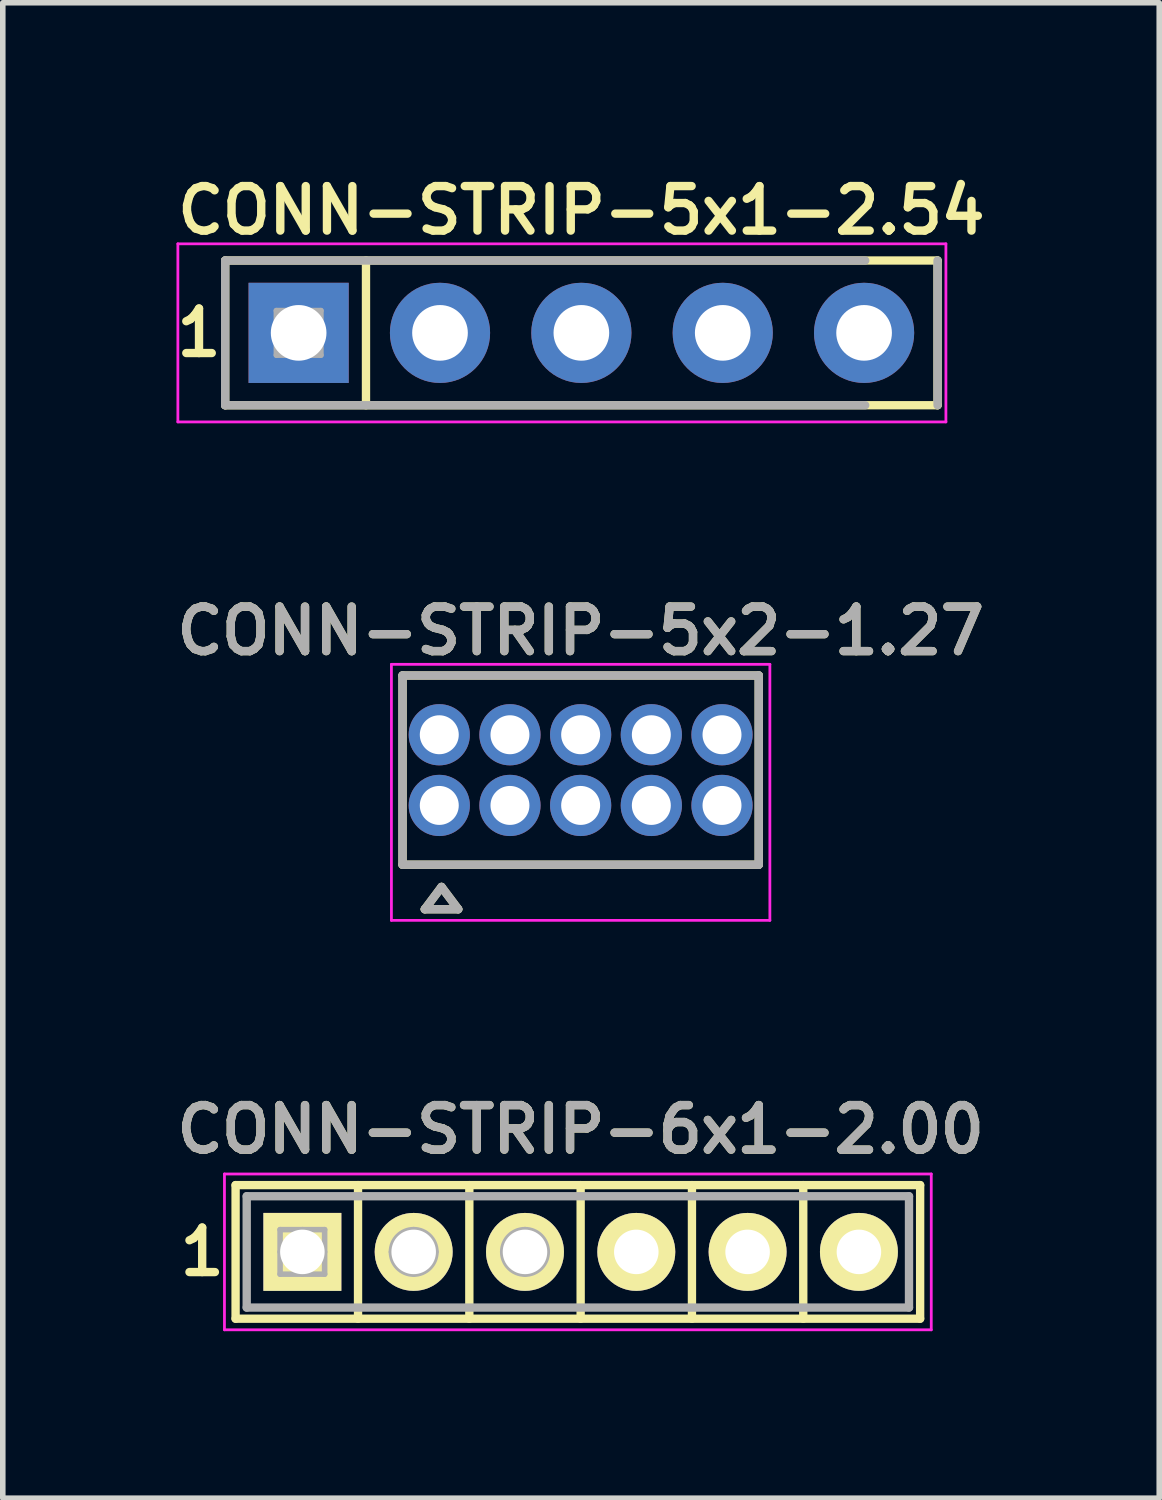
<source format=kicad_pcb>
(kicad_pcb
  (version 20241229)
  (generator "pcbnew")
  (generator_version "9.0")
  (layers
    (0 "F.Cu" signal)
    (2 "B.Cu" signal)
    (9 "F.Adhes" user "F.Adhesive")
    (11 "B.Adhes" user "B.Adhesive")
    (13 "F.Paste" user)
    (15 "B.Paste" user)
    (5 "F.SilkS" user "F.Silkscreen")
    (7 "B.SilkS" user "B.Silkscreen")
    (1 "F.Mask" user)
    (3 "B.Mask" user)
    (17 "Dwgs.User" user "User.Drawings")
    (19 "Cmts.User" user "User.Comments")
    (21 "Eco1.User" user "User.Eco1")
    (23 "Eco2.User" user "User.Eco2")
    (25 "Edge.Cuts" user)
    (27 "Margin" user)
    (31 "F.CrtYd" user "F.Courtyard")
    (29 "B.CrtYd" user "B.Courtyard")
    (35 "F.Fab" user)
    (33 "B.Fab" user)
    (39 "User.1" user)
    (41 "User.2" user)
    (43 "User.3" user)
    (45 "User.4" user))
  (footprint "CONN-STRIP-5x2-1.27"
    (layer "F.Cu")
    (at 7.383 10.787)
    (property "Reference" "CONN-STRIP-5x2-1.27" (at 0 -2.5 0) (layer "F.SilkS") (effects (font (size 0.8 0.8) (thickness 0.15))))
    (attr through_hole)
    (fp_line (start -3.2 -1.7) (end 3.2 -1.7) (stroke (width 0.15) (type solid)) (layer "F.SilkS"))
    (fp_line (start -3.2 1.7) (end -3.2 -1.7) (stroke (width 0.15) (type solid)) (layer "F.SilkS"))
    (fp_line (start -2.8 2.5) (end -2.2 2.5) (stroke (width 0.15) (type solid)) (layer "F.SilkS"))
    (fp_line (start -2.5 2.1) (end -2.8 2.5) (stroke (width 0.15) (type solid)) (layer "F.SilkS"))
    (fp_line (start -2.2 2.5) (end -2.5 2.1) (stroke (width 0.15) (type solid)) (layer "F.SilkS"))
    (fp_line (start 3.2 -1.7) (end 3.2 1.7) (stroke (width 0.15) (type solid)) (layer "F.SilkS"))
    (fp_line (start 3.2 1.7) (end -3.2 1.7) (stroke (width 0.15) (type solid)) (layer "F.SilkS"))
    (fp_line (start -3.4 -1.9) (end -3.4 2.7) (stroke (width 0.05) (type solid)) (layer "F.CrtYd"))
    (fp_line (start -3.4 2.7) (end 3.4 2.7) (stroke (width 0.05) (type solid)) (layer "F.CrtYd"))
    (fp_line (start 3.4 -1.9) (end -3.4 -1.9) (stroke (width 0.05) (type solid)) (layer "F.CrtYd"))
    (fp_line (start 3.4 2.7) (end 3.4 -1.9) (stroke (width 0.05) (type solid)) (layer "F.CrtYd"))
    (fp_line (start -3.2 -1.7) (end 3.2 -1.7) (stroke (width 0.15) (type solid)) (layer "F.Fab"))
    (fp_line (start -3.2 1.7) (end -3.2 -1.7) (stroke (width 0.15) (type solid)) (layer "F.Fab"))
    (fp_line (start -2.8 2.5) (end -2.2 2.5) (stroke (width 0.15) (type solid)) (layer "F.Fab"))
    (fp_line (start -2.5 2.1) (end -2.8 2.5) (stroke (width 0.15) (type solid)) (layer "F.Fab"))
    (fp_line (start -2.2 2.5) (end -2.5 2.1) (stroke (width 0.15) (type solid)) (layer "F.Fab"))
    (fp_line (start 3.2 -1.7) (end 3.2 1.7) (stroke (width 0.15) (type solid)) (layer "F.Fab"))
    (fp_line (start 3.2 1.7) (end -3.2 1.7) (stroke (width 0.15) (type solid)) (layer "F.Fab"))
    (fp_circle (center -2.53 -0.65) (end -2.33 -0.65) (stroke (width 0.1) (type solid)) (fill no) (layer "F.Fab"))
    (fp_circle (center -2.53 0.62) (end -2.33 0.62) (stroke (width 0.1) (type solid)) (fill no) (layer "F.Fab"))
    (fp_circle (center -1.26 -0.65) (end -1.06 -0.65) (stroke (width 0.1) (type solid)) (fill no) (layer "F.Fab"))
    (fp_circle (center -1.26 0.62) (end -1.06 0.62) (stroke (width 0.1) (type solid)) (fill no) (layer "F.Fab"))
    (fp_circle (center 0.01 -0.65) (end 0.21 -0.65) (stroke (width 0.1) (type solid)) (fill no) (layer "F.Fab"))
    (fp_circle (center 0.01 0.62) (end 0.21 0.62) (stroke (width 0.1) (type solid)) (fill no) (layer "F.Fab"))
    (fp_circle (center 1.28 -0.65) (end 1.48 -0.65) (stroke (width 0.1) (type solid)) (fill no) (layer "F.Fab"))
    (fp_circle (center 1.28 0.62) (end 1.48 0.62) (stroke (width 0.1) (type solid)) (fill no) (layer "F.Fab"))
    (fp_circle (center 2.55 -0.65) (end 2.75 -0.65) (stroke (width 0.1) (type solid)) (fill no) (layer "F.Fab"))
    (fp_circle (center 2.55 0.62) (end 2.75 0.62) (stroke (width 0.1) (type solid)) (fill no) (layer "F.Fab"))
    (fp_text user "${REFERENCE}" (at 0 -2.5 0) (layer "F.Fab") (effects (font (size 0.8 0.8) (thickness 0.15))))
    (pad "1" thru_hole circle (at -2.54 0.635) (size 1.1 1.1) (drill 0.7) (layers "*.Cu" "*.Mask"))
    (pad "2" thru_hole circle (at -2.54 -0.635) (size 1.1 1.1) (drill 0.7) (layers "*.Cu" "*.Mask"))
    (pad "3" thru_hole circle (at -1.27 0.635) (size 1.1 1.1) (drill 0.7) (layers "*.Cu" "*.Mask"))
    (pad "4" thru_hole circle (at -1.27 -0.635) (size 1.1 1.1) (drill 0.7) (layers "*.Cu" "*.Mask"))
    (pad "5" thru_hole circle (at 0 0.635) (size 1.1 1.1) (drill 0.7) (layers "*.Cu" "*.Mask"))
    (pad "6" thru_hole circle (at 0 -0.635) (size 1.1 1.1) (drill 0.7) (layers "*.Cu" "*.Mask"))
    (pad "7" thru_hole circle (at 1.27 0.635) (size 1.1 1.1) (drill 0.7) (layers "*.Cu" "*.Mask"))
    (pad "8" thru_hole circle (at 1.27 -0.635) (size 1.1 1.1) (drill 0.7) (layers "*.Cu" "*.Mask"))
    (pad "9" thru_hole circle (at 2.54 0.635) (size 1.1 1.1) (drill 0.7) (layers "*.Cu" "*.Mask"))
    (pad "10" thru_hole circle (at 2.54 -0.635) (size 1.1 1.1) (drill 0.7) (layers "*.Cu" "*.Mask")))
  (footprint "CONN-STRIP-6x1-2.00"
    (layer "F.Cu")
    (at 7.383 19.444)
    (property "Reference" "CONN-STRIP-6x1-2.00" (at 0 -2.2 0) (layer "F.SilkS") (effects (font (size 0.8 0.8) (thickness 0.15))))
    (attr through_hole)
    (fp_line (start -6.2 -1.2) (end 6.1 -1.2) (stroke (width 0.15) (type solid)) (layer "F.SilkS"))
    (fp_line (start -6.2 1.2) (end -6.2 -1.2) (stroke (width 0.15) (type solid)) (layer "F.SilkS"))
    (fp_line (start -4 -1.2) (end -4 1.2) (stroke (width 0.15) (type solid)) (layer "F.SilkS"))
    (fp_line (start -2 -1.2) (end -2 1.2) (stroke (width 0.15) (type solid)) (layer "F.SilkS"))
    (fp_line (start 0 -1.2) (end 0 1.2) (stroke (width 0.15) (type solid)) (layer "F.SilkS"))
    (fp_line (start 2 -1.2) (end 2 1.2) (stroke (width 0.15) (type solid)) (layer "F.SilkS"))
    (fp_line (start 4 -1.2) (end 4 1.2) (stroke (width 0.15) (type solid)) (layer "F.SilkS"))
    (fp_line (start 6.1 -1.2) (end 6.1 1.2) (stroke (width 0.15) (type solid)) (layer "F.SilkS"))
    (fp_line (start 6.1 1.2) (end -6.2 1.2) (stroke (width 0.15) (type solid)) (layer "F.SilkS"))
    (fp_line (start -6.4 -1.4) (end 6.3 -1.4) (stroke (width 0.05) (type solid)) (layer "F.CrtYd"))
    (fp_line (start -6.4 1.4) (end -6.4 -1.4) (stroke (width 0.05) (type solid)) (layer "F.CrtYd"))
    (fp_line (start 6.3 -1.4) (end 6.3 1.4) (stroke (width 0.05) (type solid)) (layer "F.CrtYd"))
    (fp_line (start 6.3 1.4) (end -6.4 1.4) (stroke (width 0.05) (type solid)) (layer "F.CrtYd"))
    (fp_line (start -6 -1) (end 5.9 -1) (stroke (width 0.15) (type solid)) (layer "F.Fab"))
    (fp_line (start -6 1) (end -6 -1) (stroke (width 0.15) (type solid)) (layer "F.Fab"))
    (fp_line (start -5.4 -0.4) (end -4.6 -0.4) (stroke (width 0.1) (type solid)) (layer "F.Fab"))
    (fp_line (start -5.4 0) (end -4.6 0) (stroke (width 0.1) (type solid)) (layer "F.Fab"))
    (fp_line (start -5.4 0.4) (end -5.4 -0.4) (stroke (width 0.1) (type solid)) (layer "F.Fab"))
    (fp_line (start -5 -0.4) (end -5 0.4) (stroke (width 0.1) (type solid)) (layer "F.Fab"))
    (fp_line (start -4.6 -0.4) (end -4.6 0.4) (stroke (width 0.1) (type solid)) (layer "F.Fab"))
    (fp_line (start -4.6 0.4) (end -5.4 0.4) (stroke (width 0.1) (type solid)) (layer "F.Fab"))
    (fp_line (start -3.4 0) (end -2.6 0) (stroke (width 0.1) (type solid)) (layer "F.Fab"))
    (fp_line (start -3 -0.4) (end -3 0.4) (stroke (width 0.1) (type solid)) (layer "F.Fab"))
    (fp_line (start -1.4 0) (end -0.6 0) (stroke (width 0.1) (type solid)) (layer "F.Fab"))
    (fp_line (start -1 -0.4) (end -1 0.4) (stroke (width 0.1) (type solid)) (layer "F.Fab"))
    (fp_line (start 5.9 -1) (end 5.9 1) (stroke (width 0.15) (type solid)) (layer "F.Fab"))
    (fp_line (start 5.9 1) (end -6 1) (stroke (width 0.15) (type solid)) (layer "F.Fab"))
    (fp_circle (center -3 0) (end -2.6 0) (stroke (width 0.1) (type solid)) (fill no) (layer "F.Fab"))
    (fp_circle (center -1 0) (end -0.6 0) (stroke (width 0.1) (type solid)) (fill no) (layer "F.Fab"))
    (fp_text user "1" (at -6.8 0 0) (layer "F.SilkS") (effects (font (size 0.8 0.8) (thickness 0.15))))
    (fp_text user "${REFERENCE}" (at 0 -2.2 0) (layer "F.Fab") (effects (font (size 0.8 0.8) (thickness 0.15))))
    (pad "1" thru_hole rect (at -5 0) (size 1.4 1.4) (drill 0.8) (layers "*.Cu" "*.Mask" "F.SilkS"))
    (pad "2" thru_hole circle (at -3 0) (size 1.4 1.4) (drill 0.8) (layers "*.Cu" "*.Mask" "F.SilkS"))
    (pad "3" thru_hole circle (at -1 0) (size 1.4 1.4) (drill 0.8) (layers "*.Cu" "*.Mask" "F.SilkS"))
    (pad "4" thru_hole circle (at 1 0) (size 1.4 1.4) (drill 0.8) (layers "*.Cu" "*.Mask" "F.SilkS"))
    (pad "5" thru_hole circle (at 3 0) (size 1.4 1.4) (drill 0.8) (layers "*.Cu" "*.Mask" "F.SilkS"))
    (pad "6" thru_hole circle (at 5 0) (size 1.4 1.4) (drill 0.8) (layers "*.Cu" "*.Mask" "F.SilkS")))
  (footprint "CONN-STRIP-5x1-2.54"
    (layer "F.Cu")
    (at 7.396 2.931)
    (property "Reference" "CONN-STRIP-5x1-2.54" (at 0 -2.2 0) (layer "F.SilkS") (effects (font (size 0.8 0.8) (thickness 0.15))))
    (attr exclude_from_pos_files exclude_from_bom)
    (fp_line (start -6.4 -1.3) (end 6.4 -1.3) (stroke (width 0.15) (type solid)) (layer "F.SilkS"))
    (fp_line (start -6.4 1.3) (end -6.4 -1.3) (stroke (width 0.15) (type solid)) (layer "F.SilkS"))
    (fp_line (start -3.87 -1.3) (end -3.87 1.3) (stroke (width 0.15) (type solid)) (layer "F.SilkS"))
    (fp_line (start 6.4 -1.3) (end 6.4 1.3) (stroke (width 0.15) (type solid)) (layer "F.SilkS"))
    (fp_line (start 6.4 1.3) (end -6.4 1.3) (stroke (width 0.15) (type solid)) (layer "F.SilkS"))
    (fp_line (start -7.25 -1.6) (end 6.55 -1.6) (stroke (width 0.05) (type solid)) (layer "F.CrtYd"))
    (fp_line (start -7.25 1.6) (end -7.25 -1.6) (stroke (width 0.05) (type solid)) (layer "F.CrtYd"))
    (fp_line (start 6.55 -1.6) (end 6.55 1.6) (stroke (width 0.05) (type solid)) (layer "F.CrtYd"))
    (fp_line (start 6.55 1.6) (end -7.25 1.6) (stroke (width 0.05) (type solid)) (layer "F.CrtYd"))
    (fp_line (start -6.4 -1.3) (end 5.1 -1.3) (stroke (width 0.15) (type solid)) (layer "F.Fab"))
    (fp_line (start -6.4 1.3) (end -6.4 -1.3) (stroke (width 0.15) (type solid)) (layer "F.Fab"))
    (fp_line (start -5.48 -0.4) (end -4.68 -0.4) (stroke (width 0.1) (type solid)) (layer "F.Fab"))
    (fp_line (start -5.48 0) (end -4.68 0) (stroke (width 0.1) (type solid)) (layer "F.Fab"))
    (fp_line (start -5.48 0.4) (end -5.48 -0.4) (stroke (width 0.1) (type solid)) (layer "F.Fab"))
    (fp_line (start -5.08 -0.4) (end -5.08 0.4) (stroke (width 0.1) (type solid)) (layer "F.Fab"))
    (fp_line (start -4.68 -0.4) (end -4.68 0.4) (stroke (width 0.1) (type solid)) (layer "F.Fab"))
    (fp_line (start -4.68 0.4) (end -5.48 0.4) (stroke (width 0.1) (type solid)) (layer "F.Fab"))
    (fp_line (start -2.94 0) (end -2.14 0) (stroke (width 0.1) (type solid)) (layer "F.Fab"))
    (fp_line (start -2.54 -0.4) (end -2.54 0.4) (stroke (width 0.1) (type solid)) (layer "F.Fab"))
    (fp_line (start -0.4 0) (end 0.4 0) (stroke (width 0.1) (type solid)) (layer "F.Fab"))
    (fp_line (start 0 -0.4) (end 0 0.4) (stroke (width 0.1) (type solid)) (layer "F.Fab"))
    (fp_line (start 2.14 0) (end 2.94 0) (stroke (width 0.1) (type solid)) (layer "F.Fab"))
    (fp_line (start 2.54 -0.4) (end 2.54 0.4) (stroke (width 0.1) (type solid)) (layer "F.Fab"))
    (fp_line (start 5.1 1.3) (end -6.4 1.3) (stroke (width 0.15) (type solid)) (layer "F.Fab"))
    (fp_line (start 6.4 -1.3) (end 6.4 1.3) (stroke (width 0.15) (type solid)) (layer "F.Fab"))
    (fp_circle (center -2.54 0) (end -2.14 0) (stroke (width 0.1) (type solid)) (fill no) (layer "F.Fab"))
    (fp_circle (center 0 0) (end 0.4 0) (stroke (width 0.1) (type solid)) (fill no) (layer "F.Fab"))
    (fp_circle (center 2.54 0) (end 2.94 0) (stroke (width 0.1) (type solid)) (fill no) (layer "F.Fab"))
    (fp_text user "1" (at -6.87 0 0) (layer "F.SilkS") (effects (font (size 0.8 0.8) (thickness 0.15))))
    (pad "1" thru_hole rect (at -5.08 0) (size 1.8 1.8) (drill 1) (layers "*.Cu" "*.Mask"))
    (pad "2" thru_hole circle (at -2.54 0) (size 1.8 1.8) (drill 1) (layers "*.Cu" "*.Mask"))
    (pad "3" thru_hole circle (at 0 0) (size 1.8 1.8) (drill 1) (layers "*.Cu" "*.Mask"))
    (pad "4" thru_hole circle (at 2.54 0) (size 1.8 1.8) (drill 1) (layers "*.Cu" "*.Mask"))
    (pad "5" thru_hole circle (at 5.08 0) (size 1.8 1.8) (drill 1) (layers "*.Cu" "*.Mask")))
  (gr_rect
    (start -3 -3)
    (end 17.779 23.869)
    (stroke (width 0.1) (type default))
    (fill no)
    (layer "Edge.Cuts")))
</source>
